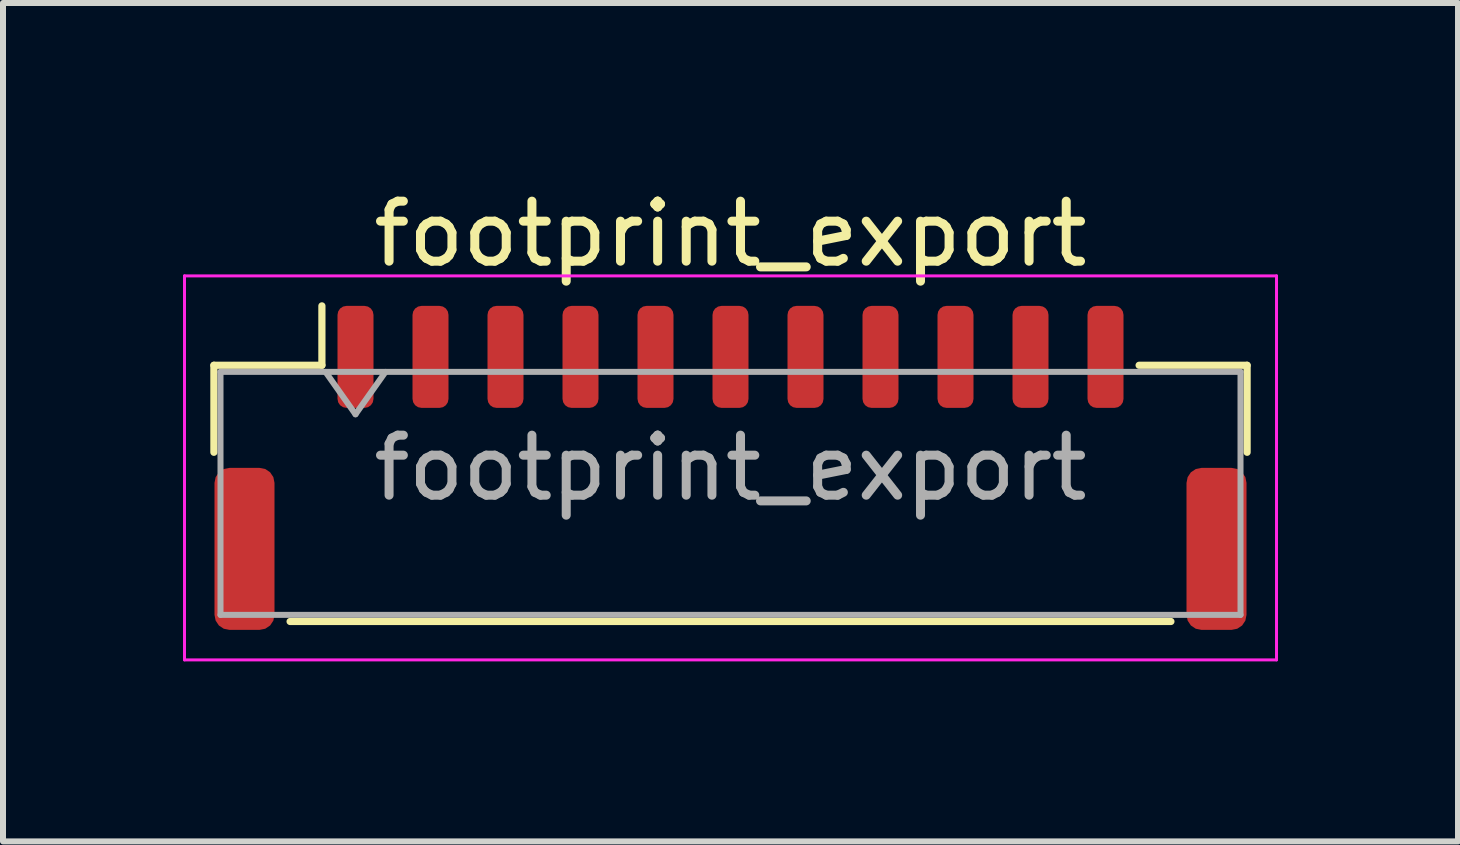
<source format=kicad_pcb>
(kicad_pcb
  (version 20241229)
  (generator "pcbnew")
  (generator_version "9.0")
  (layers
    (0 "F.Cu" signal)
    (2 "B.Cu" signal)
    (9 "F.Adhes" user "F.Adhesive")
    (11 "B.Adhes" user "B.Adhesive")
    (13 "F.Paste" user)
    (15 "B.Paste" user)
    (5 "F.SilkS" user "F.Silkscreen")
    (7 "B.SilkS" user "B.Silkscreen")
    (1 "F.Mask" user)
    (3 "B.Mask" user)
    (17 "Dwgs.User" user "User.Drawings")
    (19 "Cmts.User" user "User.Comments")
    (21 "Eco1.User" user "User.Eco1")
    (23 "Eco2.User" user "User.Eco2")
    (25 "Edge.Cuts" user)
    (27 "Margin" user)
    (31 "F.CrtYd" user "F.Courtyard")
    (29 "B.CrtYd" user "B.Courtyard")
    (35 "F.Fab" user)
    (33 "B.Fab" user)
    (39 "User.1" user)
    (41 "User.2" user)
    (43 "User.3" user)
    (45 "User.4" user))
  (footprint "footprint_export"
    (layer "F.Cu")
    (at 9.125 4.748)
    (property "Reference" "footprint_export" (at 0 -3.9 0) (layer "F.SilkS") (effects (font (size 1 1) (thickness 0.15))))
    (attr smd)
    (fp_line (start -8.61 -1.71) (end -6.81 -1.71) (stroke (width 0.12) (type solid)) (layer "F.SilkS"))
    (fp_line (start -8.61 -0.26) (end -8.61 -1.71) (stroke (width 0.12) (type solid)) (layer "F.SilkS"))
    (fp_line (start -7.34 2.56) (end 7.34 2.56) (stroke (width 0.12) (type solid)) (layer "F.SilkS"))
    (fp_line (start -6.81 -1.71) (end -6.81 -2.7) (stroke (width 0.12) (type solid)) (layer "F.SilkS"))
    (fp_line (start 8.61 -1.71) (end 6.81 -1.71) (stroke (width 0.12) (type solid)) (layer "F.SilkS"))
    (fp_line (start 8.61 -0.26) (end 8.61 -1.71) (stroke (width 0.12) (type solid)) (layer "F.SilkS"))
    (fp_line (start -9.1 -3.2) (end -9.1 3.2) (stroke (width 0.05) (type solid)) (layer "F.CrtYd"))
    (fp_line (start -9.1 3.2) (end 9.1 3.2) (stroke (width 0.05) (type solid)) (layer "F.CrtYd"))
    (fp_line (start 9.1 -3.2) (end -9.1 -3.2) (stroke (width 0.05) (type solid)) (layer "F.CrtYd"))
    (fp_line (start 9.1 3.2) (end 9.1 -3.2) (stroke (width 0.05) (type solid)) (layer "F.CrtYd"))
    (fp_line (start -8.5 -1.6) (end -8.5 2.45) (stroke (width 0.1) (type solid)) (layer "F.Fab"))
    (fp_line (start -8.5 -1.6) (end 8.5 -1.6) (stroke (width 0.1) (type solid)) (layer "F.Fab"))
    (fp_line (start -8.5 2.45) (end 8.5 2.45) (stroke (width 0.1) (type solid)) (layer "F.Fab"))
    (fp_line (start -6.75 -1.6) (end -6.25 -0.893) (stroke (width 0.1) (type solid)) (layer "F.Fab"))
    (fp_line (start -6.25 -0.893) (end -5.75 -1.6) (stroke (width 0.1) (type solid)) (layer "F.Fab"))
    (fp_line (start 8.5 -1.6) (end 8.5 2.45) (stroke (width 0.1) (type solid)) (layer "F.Fab"))
    (fp_text user "${REFERENCE}" (at 0 0 0) (layer "F.Fab") (effects (font (size 1 1) (thickness 0.15))))
    (pad "1" smd roundrect (at -6.25 -1.85) (size 0.6 1.7) (layers "F.Cu" "F.Mask" "F.Paste") (roundrect_rratio 0.25))
    (pad "2" smd roundrect (at -5 -1.85) (size 0.6 1.7) (layers "F.Cu" "F.Mask" "F.Paste") (roundrect_rratio 0.25))
    (pad "3" smd roundrect (at -3.75 -1.85) (size 0.6 1.7) (layers "F.Cu" "F.Mask" "F.Paste") (roundrect_rratio 0.25))
    (pad "4" smd roundrect (at -2.5 -1.85) (size 0.6 1.7) (layers "F.Cu" "F.Mask" "F.Paste") (roundrect_rratio 0.25))
    (pad "5" smd roundrect (at -1.25 -1.85) (size 0.6 1.7) (layers "F.Cu" "F.Mask" "F.Paste") (roundrect_rratio 0.25))
    (pad "6" smd roundrect (at 0 -1.85) (size 0.6 1.7) (layers "F.Cu" "F.Mask" "F.Paste") (roundrect_rratio 0.25))
    (pad "7" smd roundrect (at 1.25 -1.85) (size 0.6 1.7) (layers "F.Cu" "F.Mask" "F.Paste") (roundrect_rratio 0.25))
    (pad "8" smd roundrect (at 2.5 -1.85) (size 0.6 1.7) (layers "F.Cu" "F.Mask" "F.Paste") (roundrect_rratio 0.25))
    (pad "9" smd roundrect (at 3.75 -1.85) (size 0.6 1.7) (layers "F.Cu" "F.Mask" "F.Paste") (roundrect_rratio 0.25))
    (pad "10" smd roundrect (at 5 -1.85) (size 0.6 1.7) (layers "F.Cu" "F.Mask" "F.Paste") (roundrect_rratio 0.25))
    (pad "11" smd roundrect (at 6.25 -1.85) (size 0.6 1.7) (layers "F.Cu" "F.Mask" "F.Paste") (roundrect_rratio 0.25))
    (pad "MP" smd roundrect (at -8.1 1.35) (size 1 2.7) (layers "F.Cu" "F.Mask" "F.Paste") (roundrect_rratio 0.25))
    (pad "MP" smd roundrect (at 8.1 1.35) (size 1 2.7) (layers "F.Cu" "F.Mask" "F.Paste") (roundrect_rratio 0.25)))
  (gr_rect
    (start -3 -3)
    (end 21.25 10.973)
    (stroke (width 0.1) (type default))
    (fill no)
    (layer "Edge.Cuts")))
</source>
